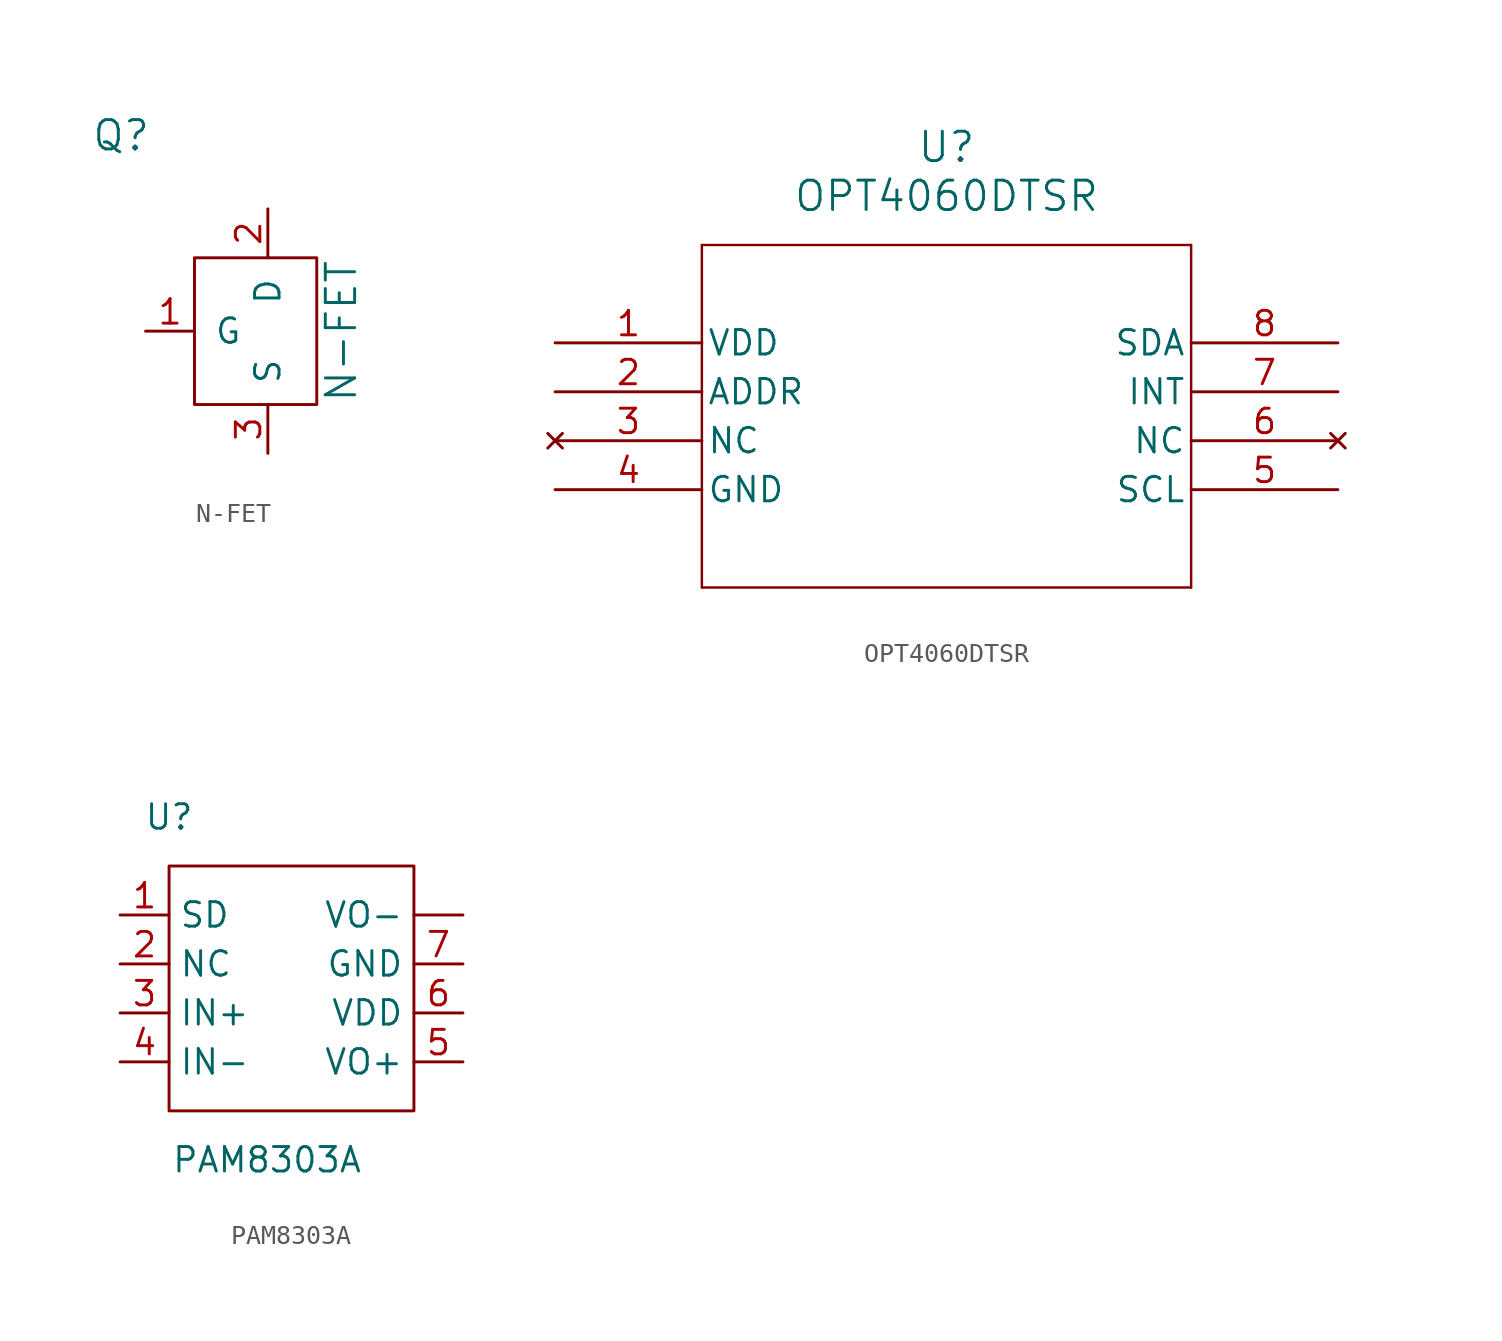
<source format=kicad_sym>
(kicad_symbol_lib
  (version 20231120)
  (generator "kicad_symbol_editor")
  (generator_version "8.0")
  (symbol "N-FET"
    (pin_names
      (offset 1.016))
    (property "Reference" "Q"
      (at -7.62 10.16 0)
      (effects (font (size 1.524 1.524))))
    (property "Value" "N-FET"
      (at 3.81 0 90)
      (effects (font (size 1.524 1.524))))
    (symbol "N-FET_0_1"
      (rectangle (start -3.81 3.81) (end 2.54 -3.81) (stroke (width 0) (type default)) (fill (type none))))
    (symbol "N-FET_1_1"
      (pin input line (at -6.35 0 0) (length 2.54) (name "G" (effects (font (size 1.27 1.27)))) (number "1" (effects (font (size 1.27 1.27)))))
      (pin input line (at 0 6.35 270) (length 2.54) (name "D" (effects (font (size 1.27 1.27)))) (number "2" (effects (font (size 1.27 1.27)))))
      (pin input line (at 0 -6.35 90) (length 2.54) (name "S" (effects (font (size 1.27 1.27)))) (number "3" (effects (font (size 1.27 1.27)))))))
  (symbol "OPT4060DTSR"
    (pin_names
      (offset 0.254))
    (property "Reference" "U"
      (at 20.32 10.16 0)
      (effects (font (size 1.524 1.524))))
    (property "Value" "OPT4060DTSR"
      (at 20.32 7.62 0)
      (effects (font (size 1.524 1.524))))
    (property "ki_locked" ""
      (at 0 0 0)
      (effects (font (size 1.27 1.27))))
    (symbol "OPT4060DTSR_0_1"
      (polyline (pts (xy 7.62 -12.7) (xy 33.02 -12.7)) (stroke (width 0.127) (type default)) (fill (type none)))
      (polyline (pts (xy 7.62 5.08) (xy 7.62 -12.7)) (stroke (width 0.127) (type default)) (fill (type none)))
      (polyline (pts (xy 33.02 -12.7) (xy 33.02 5.08)) (stroke (width 0.127) (type default)) (fill (type none)))
      (polyline (pts (xy 33.02 5.08) (xy 7.62 5.08)) (stroke (width 0.127) (type default)) (fill (type none)))
      (pin power_in line (at 0 0 0) (length 7.62) (name "VDD" (effects (font (size 1.27 1.27)))) (number "1" (effects (font (size 1.27 1.27)))))
      (pin input line (at 0 -2.54 0) (length 7.62) (name "ADDR" (effects (font (size 1.27 1.27)))) (number "2" (effects (font (size 1.27 1.27)))))
      (pin no_connect line (at 0 -5.08 0) (length 7.62) (name "NC" (effects (font (size 1.27 1.27)))) (number "3" (effects (font (size 1.27 1.27)))))
      (pin power_out line (at 0 -7.62 0) (length 7.62) (name "GND" (effects (font (size 1.27 1.27)))) (number "4" (effects (font (size 1.27 1.27)))))
      (pin input line (at 40.64 -7.62 180) (length 7.62) (name "SCL" (effects (font (size 1.27 1.27)))) (number "5" (effects (font (size 1.27 1.27)))))
      (pin no_connect line (at 40.64 -5.08 180) (length 7.62) (name "NC" (effects (font (size 1.27 1.27)))) (number "6" (effects (font (size 1.27 1.27)))))
      (pin bidirectional line (at 40.64 -2.54 180) (length 7.62) (name "INT" (effects (font (size 1.27 1.27)))) (number "7" (effects (font (size 1.27 1.27)))))
      (pin bidirectional line (at 40.64 0 180) (length 7.62) (name "SDA" (effects (font (size 1.27 1.27)))) (number "8" (effects (font (size 1.27 1.27)))))))
  (symbol "PAM8303A"
    (property "Reference" "U"
      (at -7.62 10.16 0)
      (effects (font (size 1.27 1.27))))
    (property "Value" "PAM8303A"
      (at -2.54 -7.62 0)
      (effects (font (size 1.27 1.27))))
    (symbol "PAM8303A_0_1"
      (rectangle (start -7.62 7.62) (end 5.08 -5.08) (stroke (width 0) (type default)) (fill (type none))))
    (symbol "PAM8303A_1_1"
      (pin input line (at 7.62 5.08 180) (length 2.54) (name "VO-" (effects (font (size 1.27 1.27)))) (number "" (effects (font (size 1.27 1.27)))))
      (pin input line (at -10.16 5.08 0) (length 2.54) (name "SD" (effects (font (size 1.27 1.27)))) (number "1" (effects (font (size 1.27 1.27)))))
      (pin input line (at -10.16 2.54 0) (length 2.54) (name "NC" (effects (font (size 1.27 1.27)))) (number "2" (effects (font (size 1.27 1.27)))))
      (pin input line (at -10.16 0 0) (length 2.54) (name "IN+" (effects (font (size 1.27 1.27)))) (number "3" (effects (font (size 1.27 1.27)))))
      (pin input line (at -10.16 -2.54 0) (length 2.54) (name "IN-" (effects (font (size 1.27 1.27)))) (number "4" (effects (font (size 1.27 1.27)))))
      (pin input line (at 7.62 -2.54 180) (length 2.54) (name "VO+" (effects (font (size 1.27 1.27)))) (number "5" (effects (font (size 1.27 1.27)))))
      (pin input line (at 7.62 0 180) (length 2.54) (name "VDD" (effects (font (size 1.27 1.27)))) (number "6" (effects (font (size 1.27 1.27)))))
      (pin input line (at 7.62 2.54 180) (length 2.54) (name "GND" (effects (font (size 1.27 1.27)))) (number "7" (effects (font (size 1.27 1.27))))))))
</source>
